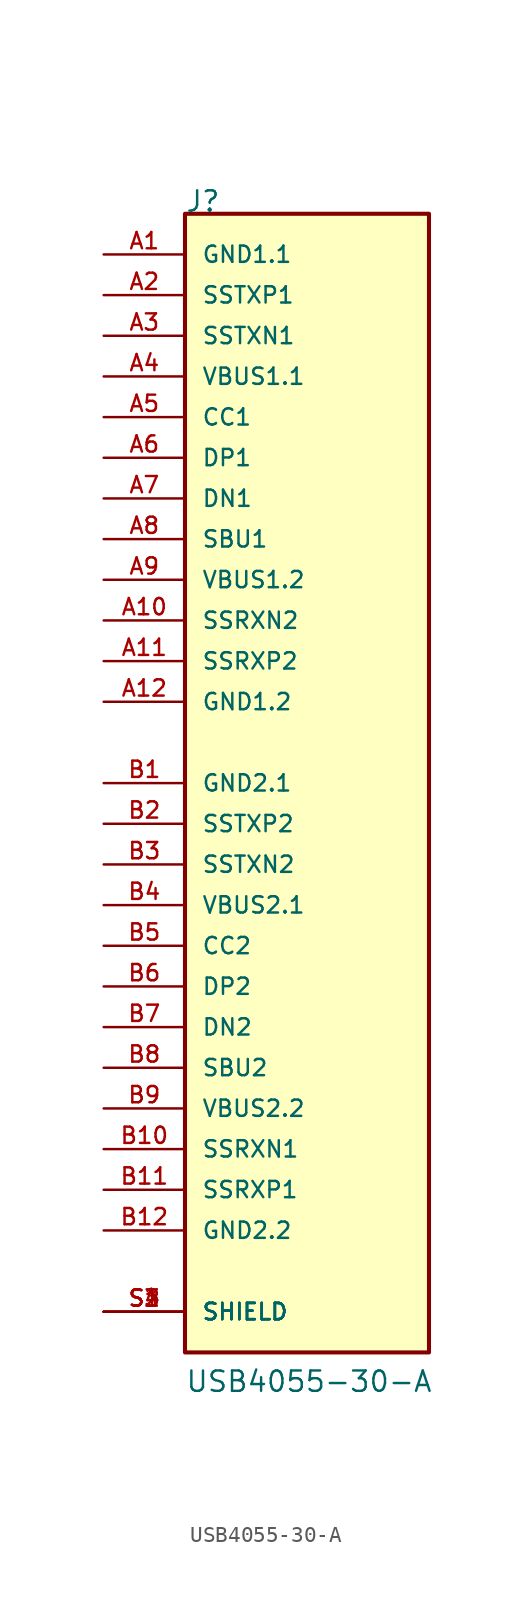
<source format=kicad_sym>
(kicad_symbol_lib
  (version 20211014)
  (generator kicad_symbol_editor)
  (symbol "USB4055-30-A"
    (pin_names
      (offset 1.016))
    (property "Reference" "J"
      (at -7.627 35.594 0)
      (effects (font (size 1.27 1.27)) (justify bottom left)))
    (property "Value" "USB4055-30-A"
      (at -7.624 -38.12 0)
      (effects (font (size 1.27 1.27)) (justify bottom left)))
    (symbol "USB4055-30-A_0_0"
      (rectangle (start -7.62 -35.56) (end 7.62 35.56) (stroke (width 0.254)) (fill (type background)))
      (pin power_in line (at -12.7 33.02 0) (length 5.08) (name "GND1.1" (effects (font (size 1.016 1.016)))) (number "A1" (effects (font (size 1.016 1.016)))))
      (pin output line (at -12.7 30.48 0) (length 5.08) (name "SSTXP1" (effects (font (size 1.016 1.016)))) (number "A2" (effects (font (size 1.016 1.016)))))
      (pin output line (at -12.7 27.94 0) (length 5.08) (name "SSTXN1" (effects (font (size 1.016 1.016)))) (number "A3" (effects (font (size 1.016 1.016)))))
      (pin power_in line (at -12.7 25.4 0) (length 5.08) (name "VBUS1.1" (effects (font (size 1.016 1.016)))) (number "A4" (effects (font (size 1.016 1.016)))))
      (pin bidirectional line (at -12.7 22.86 0) (length 5.08) (name "CC1" (effects (font (size 1.016 1.016)))) (number "A5" (effects (font (size 1.016 1.016)))))
      (pin bidirectional line (at -12.7 20.32 0) (length 5.08) (name "DP1" (effects (font (size 1.016 1.016)))) (number "A6" (effects (font (size 1.016 1.016)))))
      (pin bidirectional line (at -12.7 17.78 0) (length 5.08) (name "DN1" (effects (font (size 1.016 1.016)))) (number "A7" (effects (font (size 1.016 1.016)))))
      (pin bidirectional line (at -12.7 15.24 0) (length 5.08) (name "SBU1" (effects (font (size 1.016 1.016)))) (number "A8" (effects (font (size 1.016 1.016)))))
      (pin power_in line (at -12.7 12.7 0) (length 5.08) (name "VBUS1.2" (effects (font (size 1.016 1.016)))) (number "A9" (effects (font (size 1.016 1.016)))))
      (pin input line (at -12.7 10.16 0) (length 5.08) (name "SSRXN2" (effects (font (size 1.016 1.016)))) (number "A10" (effects (font (size 1.016 1.016)))))
      (pin input line (at -12.7 7.62 0) (length 5.08) (name "SSRXP2" (effects (font (size 1.016 1.016)))) (number "A11" (effects (font (size 1.016 1.016)))))
      (pin power_in line (at -12.7 5.08 0) (length 5.08) (name "GND1.2" (effects (font (size 1.016 1.016)))) (number "A12" (effects (font (size 1.016 1.016)))))
      (pin power_in line (at -12.7 0.0 0) (length 5.08) (name "GND2.1" (effects (font (size 1.016 1.016)))) (number "B1" (effects (font (size 1.016 1.016)))))
      (pin output line (at -12.7 -2.54 0) (length 5.08) (name "SSTXP2" (effects (font (size 1.016 1.016)))) (number "B2" (effects (font (size 1.016 1.016)))))
      (pin output line (at -12.7 -5.08 0) (length 5.08) (name "SSTXN2" (effects (font (size 1.016 1.016)))) (number "B3" (effects (font (size 1.016 1.016)))))
      (pin power_in line (at -12.7 -7.62 0) (length 5.08) (name "VBUS2.1" (effects (font (size 1.016 1.016)))) (number "B4" (effects (font (size 1.016 1.016)))))
      (pin bidirectional line (at -12.7 -10.16 0) (length 5.08) (name "CC2" (effects (font (size 1.016 1.016)))) (number "B5" (effects (font (size 1.016 1.016)))))
      (pin bidirectional line (at -12.7 -12.7 0) (length 5.08) (name "DP2" (effects (font (size 1.016 1.016)))) (number "B6" (effects (font (size 1.016 1.016)))))
      (pin bidirectional line (at -12.7 -15.24 0) (length 5.08) (name "DN2" (effects (font (size 1.016 1.016)))) (number "B7" (effects (font (size 1.016 1.016)))))
      (pin bidirectional line (at -12.7 -17.78 0) (length 5.08) (name "SBU2" (effects (font (size 1.016 1.016)))) (number "B8" (effects (font (size 1.016 1.016)))))
      (pin power_in line (at -12.7 -20.32 0) (length 5.08) (name "VBUS2.2" (effects (font (size 1.016 1.016)))) (number "B9" (effects (font (size 1.016 1.016)))))
      (pin input line (at -12.7 -22.86 0) (length 5.08) (name "SSRXN1" (effects (font (size 1.016 1.016)))) (number "B10" (effects (font (size 1.016 1.016)))))
      (pin input line (at -12.7 -25.4 0) (length 5.08) (name "SSRXP1" (effects (font (size 1.016 1.016)))) (number "B11" (effects (font (size 1.016 1.016)))))
      (pin power_in line (at -12.7 -27.94 0) (length 5.08) (name "GND2.2" (effects (font (size 1.016 1.016)))) (number "B12" (effects (font (size 1.016 1.016)))))
      (pin passive line (at -12.7 -33.02 0) (length 5.08) (name "SHIELD" (effects (font (size 1.016 1.016)))) (number "S1" (effects (font (size 1.016 1.016)))))
      (pin passive line (at -12.7 -33.02 0) (length 5.08) (name "SHIELD" (effects (font (size 1.016 1.016)))) (number "S2" (effects (font (size 1.016 1.016)))))
      (pin passive line (at -12.7 -33.02 0) (length 5.08) (name "SHIELD" (effects (font (size 1.016 1.016)))) (number "S3" (effects (font (size 1.016 1.016)))))
      (pin passive line (at -12.7 -33.02 0) (length 5.08) (name "SHIELD" (effects (font (size 1.016 1.016)))) (number "S4" (effects (font (size 1.016 1.016))))))))
</source>
